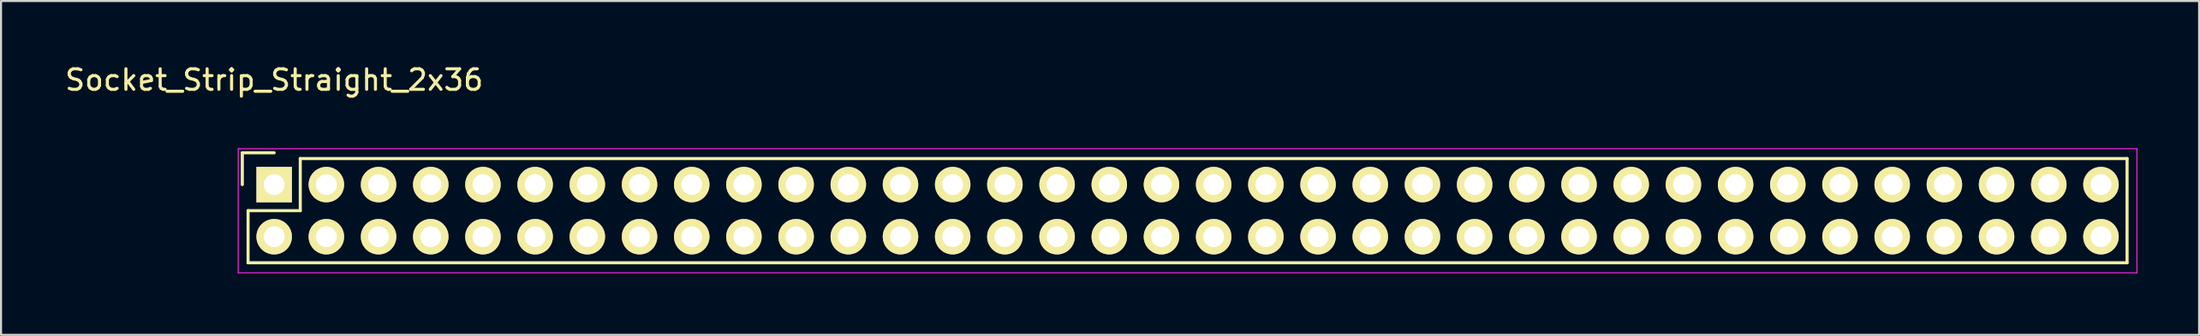
<source format=kicad_pcb>
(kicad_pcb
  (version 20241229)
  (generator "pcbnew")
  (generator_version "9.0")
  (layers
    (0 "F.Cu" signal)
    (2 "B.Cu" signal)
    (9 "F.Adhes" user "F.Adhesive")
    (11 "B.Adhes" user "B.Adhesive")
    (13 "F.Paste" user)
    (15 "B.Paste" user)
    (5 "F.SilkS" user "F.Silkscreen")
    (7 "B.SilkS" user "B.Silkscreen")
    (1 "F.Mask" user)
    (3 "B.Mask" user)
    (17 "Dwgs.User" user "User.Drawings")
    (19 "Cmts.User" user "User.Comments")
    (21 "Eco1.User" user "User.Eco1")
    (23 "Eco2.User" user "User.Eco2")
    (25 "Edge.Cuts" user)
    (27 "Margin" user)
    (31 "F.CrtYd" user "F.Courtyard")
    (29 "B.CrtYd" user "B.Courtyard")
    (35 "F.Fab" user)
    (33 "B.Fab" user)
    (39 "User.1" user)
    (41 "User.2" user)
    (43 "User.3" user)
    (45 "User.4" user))
  (footprint "Socket_Strip_Straight_2x36"
    (layer "F.Cu")
    (at 10.292 5.948)
    (property "Reference" "Socket_Strip_Straight_2x36" (at 0 -5.1 0) (layer "F.SilkS") (effects (font (size 1 1) (thickness 0.15))))
    (attr through_hole)
    (fp_line (start -1.55 -1.55) (end -1.55 0) (stroke (width 0.15) (type solid)) (layer "F.SilkS"))
    (fp_line (start -1.27 1.27) (end 1.27 1.27) (stroke (width 0.15) (type solid)) (layer "F.SilkS"))
    (fp_line (start -1.27 3.81) (end -1.27 1.27) (stroke (width 0.15) (type solid)) (layer "F.SilkS"))
    (fp_line (start 0 -1.55) (end -1.55 -1.55) (stroke (width 0.15) (type solid)) (layer "F.SilkS"))
    (fp_line (start 1.27 -1.27) (end 90.17 -1.27) (stroke (width 0.15) (type solid)) (layer "F.SilkS"))
    (fp_line (start 1.27 1.27) (end 1.27 -1.27) (stroke (width 0.15) (type solid)) (layer "F.SilkS"))
    (fp_line (start 90.17 3.81) (end -1.27 3.81) (stroke (width 0.15) (type solid)) (layer "F.SilkS"))
    (fp_line (start 90.17 3.81) (end 90.17 -1.27) (stroke (width 0.15) (type solid)) (layer "F.SilkS"))
    (fp_line (start -1.75 -1.75) (end -1.75 4.3) (stroke (width 0.05) (type solid)) (layer "F.CrtYd"))
    (fp_line (start -1.75 -1.75) (end 90.65 -1.75) (stroke (width 0.05) (type solid)) (layer "F.CrtYd"))
    (fp_line (start -1.75 4.3) (end 90.65 4.3) (stroke (width 0.05) (type solid)) (layer "F.CrtYd"))
    (fp_line (start 90.65 -1.75) (end 90.65 4.3) (stroke (width 0.05) (type solid)) (layer "F.CrtYd"))
    (pad "1" thru_hole rect (at 0 0) (size 1.727 1.727) (drill 1.016) (layers "*.Cu" "*.Mask" "F.SilkS"))
    (pad "2" thru_hole oval (at 0 2.54) (size 1.727 1.727) (drill 1.016) (layers "*.Cu" "*.Mask" "F.SilkS"))
    (pad "3" thru_hole oval (at 2.54 0) (size 1.727 1.727) (drill 1.016) (layers "*.Cu" "*.Mask" "F.SilkS"))
    (pad "4" thru_hole oval (at 2.54 2.54) (size 1.727 1.727) (drill 1.016) (layers "*.Cu" "*.Mask" "F.SilkS"))
    (pad "5" thru_hole oval (at 5.08 0) (size 1.727 1.727) (drill 1.016) (layers "*.Cu" "*.Mask" "F.SilkS"))
    (pad "6" thru_hole oval (at 5.08 2.54) (size 1.727 1.727) (drill 1.016) (layers "*.Cu" "*.Mask" "F.SilkS"))
    (pad "7" thru_hole oval (at 7.62 0) (size 1.727 1.727) (drill 1.016) (layers "*.Cu" "*.Mask" "F.SilkS"))
    (pad "8" thru_hole oval (at 7.62 2.54) (size 1.727 1.727) (drill 1.016) (layers "*.Cu" "*.Mask" "F.SilkS"))
    (pad "9" thru_hole oval (at 10.16 0) (size 1.727 1.727) (drill 1.016) (layers "*.Cu" "*.Mask" "F.SilkS"))
    (pad "10" thru_hole oval (at 10.16 2.54) (size 1.727 1.727) (drill 1.016) (layers "*.Cu" "*.Mask" "F.SilkS"))
    (pad "11" thru_hole oval (at 12.7 0) (size 1.727 1.727) (drill 1.016) (layers "*.Cu" "*.Mask" "F.SilkS"))
    (pad "12" thru_hole oval (at 12.7 2.54) (size 1.727 1.727) (drill 1.016) (layers "*.Cu" "*.Mask" "F.SilkS"))
    (pad "13" thru_hole oval (at 15.24 0) (size 1.727 1.727) (drill 1.016) (layers "*.Cu" "*.Mask" "F.SilkS"))
    (pad "14" thru_hole oval (at 15.24 2.54) (size 1.727 1.727) (drill 1.016) (layers "*.Cu" "*.Mask" "F.SilkS"))
    (pad "15" thru_hole oval (at 17.78 0) (size 1.727 1.727) (drill 1.016) (layers "*.Cu" "*.Mask" "F.SilkS"))
    (pad "16" thru_hole oval (at 17.78 2.54) (size 1.727 1.727) (drill 1.016) (layers "*.Cu" "*.Mask" "F.SilkS"))
    (pad "17" thru_hole oval (at 20.32 0) (size 1.727 1.727) (drill 1.016) (layers "*.Cu" "*.Mask" "F.SilkS"))
    (pad "18" thru_hole oval (at 20.32 2.54) (size 1.727 1.727) (drill 1.016) (layers "*.Cu" "*.Mask" "F.SilkS"))
    (pad "19" thru_hole oval (at 22.86 0) (size 1.727 1.727) (drill 1.016) (layers "*.Cu" "*.Mask" "F.SilkS"))
    (pad "20" thru_hole oval (at 22.86 2.54) (size 1.727 1.727) (drill 1.016) (layers "*.Cu" "*.Mask" "F.SilkS"))
    (pad "21" thru_hole oval (at 25.4 0) (size 1.727 1.727) (drill 1.016) (layers "*.Cu" "*.Mask" "F.SilkS"))
    (pad "22" thru_hole oval (at 25.4 2.54) (size 1.727 1.727) (drill 1.016) (layers "*.Cu" "*.Mask" "F.SilkS"))
    (pad "23" thru_hole oval (at 27.94 0) (size 1.727 1.727) (drill 1.016) (layers "*.Cu" "*.Mask" "F.SilkS"))
    (pad "24" thru_hole oval (at 27.94 2.54) (size 1.727 1.727) (drill 1.016) (layers "*.Cu" "*.Mask" "F.SilkS"))
    (pad "25" thru_hole oval (at 30.48 0) (size 1.727 1.727) (drill 1.016) (layers "*.Cu" "*.Mask" "F.SilkS"))
    (pad "26" thru_hole oval (at 30.48 2.54) (size 1.727 1.727) (drill 1.016) (layers "*.Cu" "*.Mask" "F.SilkS"))
    (pad "27" thru_hole oval (at 33.02 0) (size 1.727 1.727) (drill 1.016) (layers "*.Cu" "*.Mask" "F.SilkS"))
    (pad "28" thru_hole oval (at 33.02 2.54) (size 1.727 1.727) (drill 1.016) (layers "*.Cu" "*.Mask" "F.SilkS"))
    (pad "29" thru_hole oval (at 35.56 0) (size 1.727 1.727) (drill 1.016) (layers "*.Cu" "*.Mask" "F.SilkS"))
    (pad "30" thru_hole oval (at 35.56 2.54) (size 1.727 1.727) (drill 1.016) (layers "*.Cu" "*.Mask" "F.SilkS"))
    (pad "31" thru_hole oval (at 38.1 0) (size 1.727 1.727) (drill 1.016) (layers "*.Cu" "*.Mask" "F.SilkS"))
    (pad "32" thru_hole oval (at 38.1 2.54) (size 1.727 1.727) (drill 1.016) (layers "*.Cu" "*.Mask" "F.SilkS"))
    (pad "33" thru_hole oval (at 40.64 0) (size 1.727 1.727) (drill 1.016) (layers "*.Cu" "*.Mask" "F.SilkS"))
    (pad "34" thru_hole oval (at 40.64 2.54) (size 1.727 1.727) (drill 1.016) (layers "*.Cu" "*.Mask" "F.SilkS"))
    (pad "35" thru_hole oval (at 43.18 0) (size 1.727 1.727) (drill 1.016) (layers "*.Cu" "*.Mask" "F.SilkS"))
    (pad "36" thru_hole oval (at 43.18 2.54) (size 1.727 1.727) (drill 1.016) (layers "*.Cu" "*.Mask" "F.SilkS"))
    (pad "37" thru_hole oval (at 45.72 0) (size 1.727 1.727) (drill 1.016) (layers "*.Cu" "*.Mask" "F.SilkS"))
    (pad "38" thru_hole oval (at 45.72 2.54) (size 1.727 1.727) (drill 1.016) (layers "*.Cu" "*.Mask" "F.SilkS"))
    (pad "39" thru_hole oval (at 48.26 0) (size 1.727 1.727) (drill 1.016) (layers "*.Cu" "*.Mask" "F.SilkS"))
    (pad "40" thru_hole oval (at 48.26 2.54) (size 1.727 1.727) (drill 1.016) (layers "*.Cu" "*.Mask" "F.SilkS"))
    (pad "41" thru_hole oval (at 50.8 0) (size 1.727 1.727) (drill 1.016) (layers "*.Cu" "*.Mask" "F.SilkS"))
    (pad "42" thru_hole oval (at 50.8 2.54) (size 1.727 1.727) (drill 1.016) (layers "*.Cu" "*.Mask" "F.SilkS"))
    (pad "43" thru_hole oval (at 53.34 0) (size 1.727 1.727) (drill 1.016) (layers "*.Cu" "*.Mask" "F.SilkS"))
    (pad "44" thru_hole oval (at 53.34 2.54) (size 1.727 1.727) (drill 1.016) (layers "*.Cu" "*.Mask" "F.SilkS"))
    (pad "45" thru_hole oval (at 55.88 0) (size 1.727 1.727) (drill 1.016) (layers "*.Cu" "*.Mask" "F.SilkS"))
    (pad "46" thru_hole oval (at 55.88 2.54) (size 1.727 1.727) (drill 1.016) (layers "*.Cu" "*.Mask" "F.SilkS"))
    (pad "47" thru_hole oval (at 58.42 0) (size 1.727 1.727) (drill 1.016) (layers "*.Cu" "*.Mask" "F.SilkS"))
    (pad "48" thru_hole oval (at 58.42 2.54) (size 1.727 1.727) (drill 1.016) (layers "*.Cu" "*.Mask" "F.SilkS"))
    (pad "49" thru_hole oval (at 60.96 0) (size 1.727 1.727) (drill 1.016) (layers "*.Cu" "*.Mask" "F.SilkS"))
    (pad "50" thru_hole oval (at 60.96 2.54) (size 1.727 1.727) (drill 1.016) (layers "*.Cu" "*.Mask" "F.SilkS"))
    (pad "51" thru_hole oval (at 63.5 0) (size 1.727 1.727) (drill 1.016) (layers "*.Cu" "*.Mask" "F.SilkS"))
    (pad "52" thru_hole oval (at 63.5 2.54) (size 1.727 1.727) (drill 1.016) (layers "*.Cu" "*.Mask" "F.SilkS"))
    (pad "53" thru_hole oval (at 66.04 0) (size 1.727 1.727) (drill 1.016) (layers "*.Cu" "*.Mask" "F.SilkS"))
    (pad "54" thru_hole oval (at 66.04 2.54) (size 1.727 1.727) (drill 1.016) (layers "*.Cu" "*.Mask" "F.SilkS"))
    (pad "55" thru_hole oval (at 68.58 0) (size 1.727 1.727) (drill 1.016) (layers "*.Cu" "*.Mask" "F.SilkS"))
    (pad "56" thru_hole oval (at 68.58 2.54) (size 1.727 1.727) (drill 1.016) (layers "*.Cu" "*.Mask" "F.SilkS"))
    (pad "57" thru_hole oval (at 71.12 0) (size 1.727 1.727) (drill 1.016) (layers "*.Cu" "*.Mask" "F.SilkS"))
    (pad "58" thru_hole oval (at 71.12 2.54) (size 1.727 1.727) (drill 1.016) (layers "*.Cu" "*.Mask" "F.SilkS"))
    (pad "59" thru_hole oval (at 73.66 0) (size 1.727 1.727) (drill 1.016) (layers "*.Cu" "*.Mask" "F.SilkS"))
    (pad "60" thru_hole oval (at 73.66 2.54) (size 1.727 1.727) (drill 1.016) (layers "*.Cu" "*.Mask" "F.SilkS"))
    (pad "61" thru_hole oval (at 76.2 0) (size 1.727 1.727) (drill 1.016) (layers "*.Cu" "*.Mask" "F.SilkS"))
    (pad "62" thru_hole oval (at 76.2 2.54) (size 1.727 1.727) (drill 1.016) (layers "*.Cu" "*.Mask" "F.SilkS"))
    (pad "63" thru_hole oval (at 78.74 0) (size 1.727 1.727) (drill 1.016) (layers "*.Cu" "*.Mask" "F.SilkS"))
    (pad "64" thru_hole oval (at 78.74 2.54) (size 1.727 1.727) (drill 1.016) (layers "*.Cu" "*.Mask" "F.SilkS"))
    (pad "65" thru_hole oval (at 81.28 0) (size 1.727 1.727) (drill 1.016) (layers "*.Cu" "*.Mask" "F.SilkS"))
    (pad "66" thru_hole oval (at 81.28 2.54) (size 1.727 1.727) (drill 1.016) (layers "*.Cu" "*.Mask" "F.SilkS"))
    (pad "67" thru_hole oval (at 83.82 0) (size 1.727 1.727) (drill 1.016) (layers "*.Cu" "*.Mask" "F.SilkS"))
    (pad "68" thru_hole oval (at 83.82 2.54) (size 1.727 1.727) (drill 1.016) (layers "*.Cu" "*.Mask" "F.SilkS"))
    (pad "69" thru_hole oval (at 86.36 0) (size 1.727 1.727) (drill 1.016) (layers "*.Cu" "*.Mask" "F.SilkS"))
    (pad "70" thru_hole oval (at 86.36 2.54) (size 1.727 1.727) (drill 1.016) (layers "*.Cu" "*.Mask" "F.SilkS"))
    (pad "71" thru_hole oval (at 88.9 0) (size 1.727 1.727) (drill 1.016) (layers "*.Cu" "*.Mask" "F.SilkS"))
    (pad "72" thru_hole oval (at 88.9 2.54) (size 1.727 1.727) (drill 1.016) (layers "*.Cu" "*.Mask" "F.SilkS")))
  (gr_rect
    (start -3 -3)
    (end 103.967 13.273)
    (stroke (width 0.1) (type default))
    (fill no)
    (layer "Edge.Cuts")))
</source>
